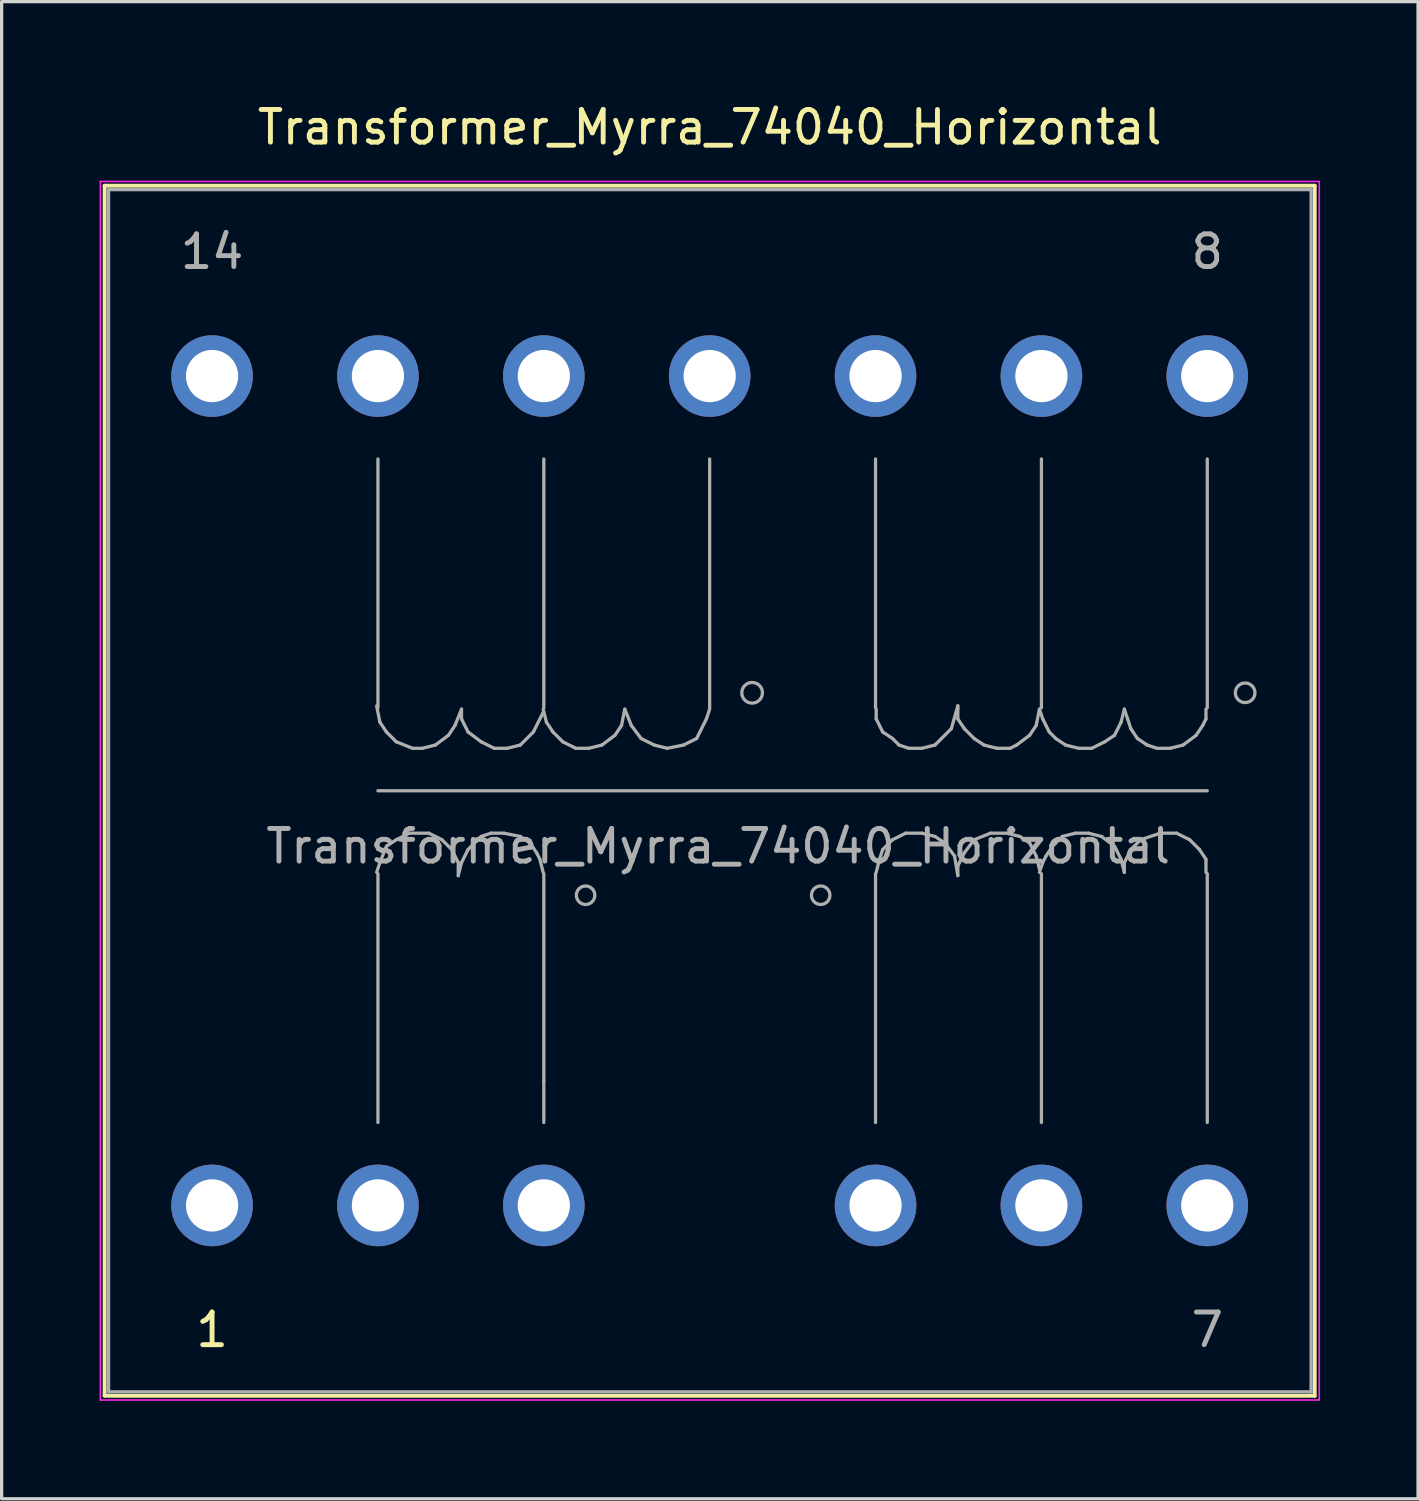
<source format=kicad_pcb>
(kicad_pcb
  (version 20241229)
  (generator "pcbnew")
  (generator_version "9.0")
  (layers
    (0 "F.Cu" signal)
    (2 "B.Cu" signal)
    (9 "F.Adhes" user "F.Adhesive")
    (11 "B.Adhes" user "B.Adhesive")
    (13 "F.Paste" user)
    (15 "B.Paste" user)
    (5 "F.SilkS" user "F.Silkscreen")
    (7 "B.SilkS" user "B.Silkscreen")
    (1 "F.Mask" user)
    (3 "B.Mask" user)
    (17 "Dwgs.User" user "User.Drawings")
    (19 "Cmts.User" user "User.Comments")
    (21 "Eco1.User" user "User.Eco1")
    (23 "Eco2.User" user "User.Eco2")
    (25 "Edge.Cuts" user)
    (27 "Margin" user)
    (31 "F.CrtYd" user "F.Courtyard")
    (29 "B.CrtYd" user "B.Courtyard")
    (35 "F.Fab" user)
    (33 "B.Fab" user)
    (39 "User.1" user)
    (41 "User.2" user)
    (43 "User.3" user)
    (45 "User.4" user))
  (footprint "Transformer_Myrra_74040_Horizontal"
    (layer "F.Cu")
    (at 3.445 33.868)
    (property "Reference" "Transformer_Myrra_74040_Horizontal" (at 15.24 -33.02 0) (layer "F.SilkS") (effects (font (size 1 1) (thickness 0.15))))
    (attr through_hole)
    (fp_line (start -3.29 -31.23) (end -3.29 5.83) (stroke (width 0.12) (type solid)) (layer "F.SilkS"))
    (fp_line (start -3.29 -31.23) (end 33.77 -31.23) (stroke (width 0.12) (type solid)) (layer "F.SilkS"))
    (fp_line (start 33.77 5.83) (end -3.29 5.83) (stroke (width 0.12) (type solid)) (layer "F.SilkS"))
    (fp_line (start 33.77 5.83) (end 33.77 -31.23) (stroke (width 0.12) (type solid)) (layer "F.SilkS"))
    (fp_line (start -3.42 -31.36) (end -3.42 5.96) (stroke (width 0.05) (type solid)) (layer "F.CrtYd"))
    (fp_line (start -3.42 -31.36) (end 33.91 -31.36) (stroke (width 0.05) (type solid)) (layer "F.CrtYd"))
    (fp_line (start 33.91 5.96) (end -3.42 5.96) (stroke (width 0.05) (type solid)) (layer "F.CrtYd"))
    (fp_line (start 33.91 5.96) (end 33.91 -31.36) (stroke (width 0.05) (type solid)) (layer "F.CrtYd"))
    (fp_line (start -3.17 -31.11) (end 33.66 -31.11) (stroke (width 0.1) (type solid)) (layer "F.Fab"))
    (fp_line (start -3.17 5.71) (end -3.17 -31.11) (stroke (width 0.1) (type solid)) (layer "F.Fab"))
    (fp_line (start 5.04 -10.2) (end 5.14 -10.5) (stroke (width 0.1) (type solid)) (layer "F.Fab"))
    (fp_line (start 5.08 -15.24) (end 5.08 -22.86) (stroke (width 0.1) (type solid)) (layer "F.Fab"))
    (fp_line (start 5.08 -12.7) (end 30.48 -12.7) (stroke (width 0.1) (type solid)) (layer "F.Fab"))
    (fp_line (start 5.08 -2.54) (end 5.08 -10.16) (stroke (width 0.1) (type solid)) (layer "F.Fab"))
    (fp_line (start 5.14 -14.8) (end 5.04 -15.3) (stroke (width 0.1) (type solid)) (layer "F.Fab"))
    (fp_line (start 5.14 -10.5) (end 5.34 -11) (stroke (width 0.1) (type solid)) (layer "F.Fab"))
    (fp_line (start 5.34 -14.5) (end 5.14 -14.8) (stroke (width 0.1) (type solid)) (layer "F.Fab"))
    (fp_line (start 5.34 -11) (end 5.64 -11.2) (stroke (width 0.1) (type solid)) (layer "F.Fab"))
    (fp_line (start 5.64 -14.2) (end 5.34 -14.5) (stroke (width 0.1) (type solid)) (layer "F.Fab"))
    (fp_line (start 5.64 -11.2) (end 6.04 -11.4) (stroke (width 0.1) (type solid)) (layer "F.Fab"))
    (fp_line (start 6.04 -11.4) (end 6.64 -11.4) (stroke (width 0.1) (type solid)) (layer "F.Fab"))
    (fp_line (start 6.14 -14) (end 5.64 -14.2) (stroke (width 0.1) (type solid)) (layer "F.Fab"))
    (fp_line (start 6.44 -14) (end 6.14 -14) (stroke (width 0.1) (type solid)) (layer "F.Fab"))
    (fp_line (start 6.64 -11.4) (end 7.04 -11.2) (stroke (width 0.1) (type solid)) (layer "F.Fab"))
    (fp_line (start 6.84 -14.1) (end 6.44 -14) (stroke (width 0.1) (type solid)) (layer "F.Fab"))
    (fp_line (start 7.04 -11.2) (end 7.34 -10.9) (stroke (width 0.1) (type solid)) (layer "F.Fab"))
    (fp_line (start 7.24 -14.4) (end 6.84 -14.1) (stroke (width 0.1) (type solid)) (layer "F.Fab"))
    (fp_line (start 7.34 -10.9) (end 7.54 -10.5) (stroke (width 0.1) (type solid)) (layer "F.Fab"))
    (fp_line (start 7.44 -14.7) (end 7.24 -14.4) (stroke (width 0.1) (type solid)) (layer "F.Fab"))
    (fp_line (start 7.54 -10.5) (end 7.54 -10.1) (stroke (width 0.1) (type solid)) (layer "F.Fab"))
    (fp_line (start 7.54 -10.1) (end 7.64 -10.5) (stroke (width 0.1) (type solid)) (layer "F.Fab"))
    (fp_line (start 7.64 -15.2) (end 7.44 -14.7) (stroke (width 0.1) (type solid)) (layer "F.Fab"))
    (fp_line (start 7.64 -14.9) (end 7.64 -15.2) (stroke (width 0.1) (type solid)) (layer "F.Fab"))
    (fp_line (start 7.64 -10.5) (end 7.84 -10.9) (stroke (width 0.1) (type solid)) (layer "F.Fab"))
    (fp_line (start 7.84 -14.5) (end 7.64 -14.9) (stroke (width 0.1) (type solid)) (layer "F.Fab"))
    (fp_line (start 7.84 -10.9) (end 8.24 -11.3) (stroke (width 0.1) (type solid)) (layer "F.Fab"))
    (fp_line (start 8.24 -14.2) (end 7.84 -14.5) (stroke (width 0.1) (type solid)) (layer "F.Fab"))
    (fp_line (start 8.24 -11.3) (end 8.54 -11.4) (stroke (width 0.1) (type solid)) (layer "F.Fab"))
    (fp_line (start 8.54 -11.4) (end 8.94 -11.4) (stroke (width 0.1) (type solid)) (layer "F.Fab"))
    (fp_line (start 8.64 -14) (end 8.24 -14.2) (stroke (width 0.1) (type solid)) (layer "F.Fab"))
    (fp_line (start 8.94 -11.4) (end 9.44 -11.3) (stroke (width 0.1) (type solid)) (layer "F.Fab"))
    (fp_line (start 9.04 -14) (end 8.64 -14) (stroke (width 0.1) (type solid)) (layer "F.Fab"))
    (fp_line (start 9.44 -14.1) (end 9.04 -14) (stroke (width 0.1) (type solid)) (layer "F.Fab"))
    (fp_line (start 9.44 -11.3) (end 9.74 -11.1) (stroke (width 0.1) (type solid)) (layer "F.Fab"))
    (fp_line (start 9.74 -11.1) (end 9.94 -10.8) (stroke (width 0.1) (type solid)) (layer "F.Fab"))
    (fp_line (start 9.84 -14.5) (end 9.44 -14.1) (stroke (width 0.1) (type solid)) (layer "F.Fab"))
    (fp_line (start 9.94 -10.8) (end 10.04 -10.6) (stroke (width 0.1) (type solid)) (layer "F.Fab"))
    (fp_line (start 10.04 -10.6) (end 10.14 -10.2) (stroke (width 0.1) (type solid)) (layer "F.Fab"))
    (fp_line (start 10.14 -15.1) (end 9.84 -14.5) (stroke (width 0.1) (type solid)) (layer "F.Fab"))
    (fp_line (start 10.16 -15.24) (end 10.16 -22.86) (stroke (width 0.1) (type solid)) (layer "F.Fab"))
    (fp_line (start 10.16 -10.16) (end 10.16 -3.81) (stroke (width 0.1) (type solid)) (layer "F.Fab"))
    (fp_line (start 10.16 -3.81) (end 10.16 -2.54) (stroke (width 0.1) (type solid)) (layer "F.Fab"))
    (fp_line (start 10.24 -14.8) (end 10.14 -15.2) (stroke (width 0.1) (type solid)) (layer "F.Fab"))
    (fp_line (start 10.44 -14.5) (end 10.24 -14.8) (stroke (width 0.1) (type solid)) (layer "F.Fab"))
    (fp_line (start 10.74 -14.2) (end 10.44 -14.5) (stroke (width 0.1) (type solid)) (layer "F.Fab"))
    (fp_line (start 11.14 -14) (end 10.74 -14.2) (stroke (width 0.1) (type solid)) (layer "F.Fab"))
    (fp_line (start 11.54 -14) (end 11.14 -14) (stroke (width 0.1) (type solid)) (layer "F.Fab"))
    (fp_line (start 11.94 -14.1) (end 11.54 -14) (stroke (width 0.1) (type solid)) (layer "F.Fab"))
    (fp_line (start 12.34 -14.4) (end 11.94 -14.1) (stroke (width 0.1) (type solid)) (layer "F.Fab"))
    (fp_line (start 12.54 -14.7) (end 12.34 -14.4) (stroke (width 0.1) (type solid)) (layer "F.Fab"))
    (fp_line (start 12.64 -15.2) (end 12.54 -14.7) (stroke (width 0.1) (type solid)) (layer "F.Fab"))
    (fp_line (start 12.84 -14.7) (end 12.64 -15.2) (stroke (width 0.1) (type solid)) (layer "F.Fab"))
    (fp_line (start 13.14 -14.3) (end 12.84 -14.7) (stroke (width 0.1) (type solid)) (layer "F.Fab"))
    (fp_line (start 13.54 -14.1) (end 13.14 -14.3) (stroke (width 0.1) (type solid)) (layer "F.Fab"))
    (fp_line (start 13.94 -14) (end 13.54 -14.1) (stroke (width 0.1) (type solid)) (layer "F.Fab"))
    (fp_line (start 14.44 -14.1) (end 13.94 -14) (stroke (width 0.1) (type solid)) (layer "F.Fab"))
    (fp_line (start 14.84 -14.3) (end 14.44 -14.1) (stroke (width 0.1) (type solid)) (layer "F.Fab"))
    (fp_line (start 15.14 -14.9) (end 14.84 -14.3) (stroke (width 0.1) (type solid)) (layer "F.Fab"))
    (fp_line (start 15.24 -15.24) (end 15.24 -22.86) (stroke (width 0.1) (type solid)) (layer "F.Fab"))
    (fp_line (start 15.24 -15.2) (end 15.14 -14.9) (stroke (width 0.1) (type solid)) (layer "F.Fab"))
    (fp_line (start 20.32 -15.24) (end 20.32 -22.86) (stroke (width 0.1) (type solid)) (layer "F.Fab"))
    (fp_line (start 20.32 -10.16) (end 20.32 -2.54) (stroke (width 0.1) (type solid)) (layer "F.Fab"))
    (fp_line (start 20.34 -14.9) (end 20.34 -15.2) (stroke (width 0.1) (type solid)) (layer "F.Fab"))
    (fp_line (start 20.44 -10.6) (end 20.34 -10.2) (stroke (width 0.1) (type solid)) (layer "F.Fab"))
    (fp_line (start 20.54 -14.5) (end 20.34 -14.9) (stroke (width 0.1) (type solid)) (layer "F.Fab"))
    (fp_line (start 20.54 -10.9) (end 20.44 -10.6) (stroke (width 0.1) (type solid)) (layer "F.Fab"))
    (fp_line (start 20.84 -14.3) (end 20.54 -14.5) (stroke (width 0.1) (type solid)) (layer "F.Fab"))
    (fp_line (start 20.84 -11.2) (end 20.54 -10.9) (stroke (width 0.1) (type solid)) (layer "F.Fab"))
    (fp_line (start 21.04 -14.1) (end 20.84 -14.3) (stroke (width 0.1) (type solid)) (layer "F.Fab"))
    (fp_line (start 21.24 -11.4) (end 20.84 -11.2) (stroke (width 0.1) (type solid)) (layer "F.Fab"))
    (fp_line (start 21.34 -14) (end 21.04 -14.1) (stroke (width 0.1) (type solid)) (layer "F.Fab"))
    (fp_line (start 21.74 -14) (end 21.34 -14) (stroke (width 0.1) (type solid)) (layer "F.Fab"))
    (fp_line (start 21.74 -11.4) (end 21.24 -11.4) (stroke (width 0.1) (type solid)) (layer "F.Fab"))
    (fp_line (start 22.14 -14.1) (end 21.74 -14) (stroke (width 0.1) (type solid)) (layer "F.Fab"))
    (fp_line (start 22.14 -11.3) (end 21.74 -11.4) (stroke (width 0.1) (type solid)) (layer "F.Fab"))
    (fp_line (start 22.34 -14.3) (end 22.14 -14.1) (stroke (width 0.1) (type solid)) (layer "F.Fab"))
    (fp_line (start 22.44 -11.1) (end 22.14 -11.3) (stroke (width 0.1) (type solid)) (layer "F.Fab"))
    (fp_line (start 22.64 -14.6) (end 22.34 -14.3) (stroke (width 0.1) (type solid)) (layer "F.Fab"))
    (fp_line (start 22.74 -10.7) (end 22.44 -11.1) (stroke (width 0.1) (type solid)) (layer "F.Fab"))
    (fp_line (start 22.84 -15.3) (end 22.64 -14.6) (stroke (width 0.1) (type solid)) (layer "F.Fab"))
    (fp_line (start 22.84 -15.2) (end 22.84 -15.3) (stroke (width 0.1) (type solid)) (layer "F.Fab"))
    (fp_line (start 22.84 -14.9) (end 22.84 -15.2) (stroke (width 0.1) (type solid)) (layer "F.Fab"))
    (fp_line (start 22.84 -10.4) (end 22.84 -10.1) (stroke (width 0.1) (type solid)) (layer "F.Fab"))
    (fp_line (start 22.84 -10.1) (end 22.74 -10.7) (stroke (width 0.1) (type solid)) (layer "F.Fab"))
    (fp_line (start 23.04 -14.6) (end 22.84 -14.9) (stroke (width 0.1) (type solid)) (layer "F.Fab"))
    (fp_line (start 23.04 -10.8) (end 22.84 -10.4) (stroke (width 0.1) (type solid)) (layer "F.Fab"))
    (fp_line (start 23.34 -14.3) (end 23.04 -14.6) (stroke (width 0.1) (type solid)) (layer "F.Fab"))
    (fp_line (start 23.34 -11.2) (end 23.04 -10.8) (stroke (width 0.1) (type solid)) (layer "F.Fab"))
    (fp_line (start 23.64 -14.1) (end 23.34 -14.3) (stroke (width 0.1) (type solid)) (layer "F.Fab"))
    (fp_line (start 23.84 -11.4) (end 23.34 -11.2) (stroke (width 0.1) (type solid)) (layer "F.Fab"))
    (fp_line (start 24.04 -14) (end 23.64 -14.1) (stroke (width 0.1) (type solid)) (layer "F.Fab"))
    (fp_line (start 24.34 -11.4) (end 23.84 -11.4) (stroke (width 0.1) (type solid)) (layer "F.Fab"))
    (fp_line (start 24.44 -14) (end 24.04 -14) (stroke (width 0.1) (type solid)) (layer "F.Fab"))
    (fp_line (start 24.64 -14.1) (end 24.44 -14) (stroke (width 0.1) (type solid)) (layer "F.Fab"))
    (fp_line (start 24.74 -11.3) (end 24.34 -11.4) (stroke (width 0.1) (type solid)) (layer "F.Fab"))
    (fp_line (start 25.04 -14.4) (end 24.64 -14.1) (stroke (width 0.1) (type solid)) (layer "F.Fab"))
    (fp_line (start 25.04 -11.1) (end 24.74 -11.3) (stroke (width 0.1) (type solid)) (layer "F.Fab"))
    (fp_line (start 25.24 -14.7) (end 25.04 -14.4) (stroke (width 0.1) (type solid)) (layer "F.Fab"))
    (fp_line (start 25.24 -10.7) (end 25.04 -11.1) (stroke (width 0.1) (type solid)) (layer "F.Fab"))
    (fp_line (start 25.34 -15.2) (end 25.24 -14.7) (stroke (width 0.1) (type solid)) (layer "F.Fab"))
    (fp_line (start 25.34 -10.3) (end 25.24 -10.7) (stroke (width 0.1) (type solid)) (layer "F.Fab"))
    (fp_line (start 25.4 -15.24) (end 25.4 -22.86) (stroke (width 0.1) (type solid)) (layer "F.Fab"))
    (fp_line (start 25.4 -10.16) (end 25.4 -2.54) (stroke (width 0.1) (type solid)) (layer "F.Fab"))
    (fp_line (start 25.44 -14.9) (end 25.34 -15.2) (stroke (width 0.1) (type solid)) (layer "F.Fab"))
    (fp_line (start 25.44 -10.5) (end 25.34 -10.2) (stroke (width 0.1) (type solid)) (layer "F.Fab"))
    (fp_line (start 25.54 -14.7) (end 25.44 -14.9) (stroke (width 0.1) (type solid)) (layer "F.Fab"))
    (fp_line (start 25.54 -10.7) (end 25.44 -10.5) (stroke (width 0.1) (type solid)) (layer "F.Fab"))
    (fp_line (start 25.64 -14.5) (end 25.54 -14.7) (stroke (width 0.1) (type solid)) (layer "F.Fab"))
    (fp_line (start 25.74 -11) (end 25.54 -10.7) (stroke (width 0.1) (type solid)) (layer "F.Fab"))
    (fp_line (start 25.84 -14.3) (end 25.64 -14.5) (stroke (width 0.1) (type solid)) (layer "F.Fab"))
    (fp_line (start 26.04 -11.3) (end 25.74 -11) (stroke (width 0.1) (type solid)) (layer "F.Fab"))
    (fp_line (start 26.14 -14.1) (end 25.84 -14.3) (stroke (width 0.1) (type solid)) (layer "F.Fab"))
    (fp_line (start 26.44 -11.4) (end 26.04 -11.3) (stroke (width 0.1) (type solid)) (layer "F.Fab"))
    (fp_line (start 26.54 -14) (end 26.14 -14.1) (stroke (width 0.1) (type solid)) (layer "F.Fab"))
    (fp_line (start 26.84 -11.4) (end 26.44 -11.4) (stroke (width 0.1) (type solid)) (layer "F.Fab"))
    (fp_line (start 26.94 -14) (end 26.54 -14) (stroke (width 0.1) (type solid)) (layer "F.Fab"))
    (fp_line (start 27.24 -11.3) (end 26.84 -11.4) (stroke (width 0.1) (type solid)) (layer "F.Fab"))
    (fp_line (start 27.34 -14.2) (end 26.94 -14) (stroke (width 0.1) (type solid)) (layer "F.Fab"))
    (fp_line (start 27.64 -14.4) (end 27.34 -14.2) (stroke (width 0.1) (type solid)) (layer "F.Fab"))
    (fp_line (start 27.64 -11) (end 27.24 -11.3) (stroke (width 0.1) (type solid)) (layer "F.Fab"))
    (fp_line (start 27.84 -14.8) (end 27.64 -14.4) (stroke (width 0.1) (type solid)) (layer "F.Fab"))
    (fp_line (start 27.84 -10.6) (end 27.64 -11) (stroke (width 0.1) (type solid)) (layer "F.Fab"))
    (fp_line (start 27.94 -15.2) (end 27.84 -14.8) (stroke (width 0.1) (type solid)) (layer "F.Fab"))
    (fp_line (start 27.94 -10.5) (end 27.94 -10.2) (stroke (width 0.1) (type solid)) (layer "F.Fab"))
    (fp_line (start 27.94 -10.2) (end 27.84 -10.6) (stroke (width 0.1) (type solid)) (layer "F.Fab"))
    (fp_line (start 28.04 -14.9) (end 27.94 -15.2) (stroke (width 0.1) (type solid)) (layer "F.Fab"))
    (fp_line (start 28.14 -14.6) (end 28.04 -14.9) (stroke (width 0.1) (type solid)) (layer "F.Fab"))
    (fp_line (start 28.14 -10.9) (end 27.94 -10.5) (stroke (width 0.1) (type solid)) (layer "F.Fab"))
    (fp_line (start 28.34 -14.3) (end 28.14 -14.6) (stroke (width 0.1) (type solid)) (layer "F.Fab"))
    (fp_line (start 28.44 -11.2) (end 28.14 -10.9) (stroke (width 0.1) (type solid)) (layer "F.Fab"))
    (fp_line (start 28.64 -14.1) (end 28.34 -14.3) (stroke (width 0.1) (type solid)) (layer "F.Fab"))
    (fp_line (start 28.94 -14) (end 28.64 -14.1) (stroke (width 0.1) (type solid)) (layer "F.Fab"))
    (fp_line (start 29.04 -11.4) (end 28.44 -11.2) (stroke (width 0.1) (type solid)) (layer "F.Fab"))
    (fp_line (start 29.34 -14) (end 28.94 -14) (stroke (width 0.1) (type solid)) (layer "F.Fab"))
    (fp_line (start 29.54 -11.4) (end 29.04 -11.4) (stroke (width 0.1) (type solid)) (layer "F.Fab"))
    (fp_line (start 29.74 -14.1) (end 29.34 -14) (stroke (width 0.1) (type solid)) (layer "F.Fab"))
    (fp_line (start 29.94 -11.2) (end 29.54 -11.4) (stroke (width 0.1) (type solid)) (layer "F.Fab"))
    (fp_line (start 30.14 -14.4) (end 29.74 -14.1) (stroke (width 0.1) (type solid)) (layer "F.Fab"))
    (fp_line (start 30.24 -10.9) (end 29.94 -11.2) (stroke (width 0.1) (type solid)) (layer "F.Fab"))
    (fp_line (start 30.34 -14.7) (end 30.14 -14.4) (stroke (width 0.1) (type solid)) (layer "F.Fab"))
    (fp_line (start 30.44 -15.2) (end 30.44 -14.9) (stroke (width 0.1) (type solid)) (layer "F.Fab"))
    (fp_line (start 30.44 -14.9) (end 30.34 -14.7) (stroke (width 0.1) (type solid)) (layer "F.Fab"))
    (fp_line (start 30.44 -10.6) (end 30.24 -10.9) (stroke (width 0.1) (type solid)) (layer "F.Fab"))
    (fp_line (start 30.44 -10.2) (end 30.44 -10.6) (stroke (width 0.1) (type solid)) (layer "F.Fab"))
    (fp_line (start 30.48 -15.24) (end 30.48 -22.86) (stroke (width 0.1) (type solid)) (layer "F.Fab"))
    (fp_line (start 30.48 -10.16) (end 30.48 -2.54) (stroke (width 0.1) (type solid)) (layer "F.Fab"))
    (fp_line (start 33.66 -31.11) (end 33.66 5.71) (stroke (width 0.1) (type solid)) (layer "F.Fab"))
    (fp_line (start 33.66 5.71) (end -3.17 5.71) (stroke (width 0.1) (type solid)) (layer "F.Fab"))
    (fp_circle (center 11.44 -9.5) (end 11.64 -9.3) (stroke (width 0.1) (type solid)) (fill no) (layer "F.Fab"))
    (fp_circle (center 16.54 -15.7) (end 16.64 -15.4) (stroke (width 0.1) (type solid)) (fill no) (layer "F.Fab"))
    (fp_circle (center 18.64 -9.5) (end 18.84 -9.3) (stroke (width 0.1) (type solid)) (fill no) (layer "F.Fab"))
    (fp_circle (center 31.64 -15.7) (end 31.64 -15.4) (stroke (width 0.1) (type solid)) (fill no) (layer "F.Fab"))
    (fp_text user "1" (at 0 3.81 0) (layer "F.SilkS") (effects (font (size 1 1) (thickness 0.15))))
    (fp_text user "8" (at 30.48 -29.21 0) (layer "F.Fab") (effects (font (size 1 1) (thickness 0.15))))
    (fp_text user "14" (at 0 -29.21 0) (layer "F.Fab") (effects (font (size 1 1) (thickness 0.15))))
    (fp_text user "7" (at 30.48 3.81 0) (layer "F.Fab") (effects (font (size 1 1) (thickness 0.15))))
    (fp_text user "${REFERENCE}" (at 15.5 -11 0) (layer "F.Fab") (effects (font (size 1 1) (thickness 0.15))))
    (pad "1" thru_hole circle (at 0 0) (size 2.5 2.5) (drill 1.6) (layers "*.Cu" "*.Mask"))
    (pad "2" thru_hole circle (at 5.08 0) (size 2.5 2.5) (drill 1.6) (layers "*.Cu" "*.Mask"))
    (pad "3" thru_hole circle (at 10.16 0) (size 2.5 2.5) (drill 1.6) (layers "*.Cu" "*.Mask"))
    (pad "5" thru_hole circle (at 20.32 0) (size 2.5 2.5) (drill 1.6) (layers "*.Cu" "*.Mask"))
    (pad "6" thru_hole circle (at 25.4 0) (size 2.5 2.5) (drill 1.6) (layers "*.Cu" "*.Mask"))
    (pad "7" thru_hole circle (at 30.48 0) (size 2.5 2.5) (drill 1.6) (layers "*.Cu" "*.Mask"))
    (pad "8" thru_hole circle (at 30.48 -25.4) (size 2.5 2.5) (drill 1.6) (layers "*.Cu" "*.Mask"))
    (pad "9" thru_hole circle (at 25.4 -25.4) (size 2.5 2.5) (drill 1.6) (layers "*.Cu" "*.Mask"))
    (pad "10" thru_hole circle (at 20.32 -25.4) (size 2.5 2.5) (drill 1.6) (layers "*.Cu" "*.Mask"))
    (pad "11" thru_hole circle (at 15.24 -25.4) (size 2.5 2.5) (drill 1.6) (layers "*.Cu" "*.Mask"))
    (pad "12" thru_hole circle (at 10.16 -25.4) (size 2.5 2.5) (drill 1.6) (layers "*.Cu" "*.Mask"))
    (pad "13" thru_hole circle (at 5.08 -25.4) (size 2.5 2.5) (drill 1.6) (layers "*.Cu" "*.Mask"))
    (pad "14" thru_hole circle (at 0 -25.4) (size 2.5 2.5) (drill 1.6) (layers "*.Cu" "*.Mask")))
  (gr_rect
    (start -3 -3)
    (end 40.38 42.853)
    (stroke (width 0.1) (type default))
    (fill no)
    (layer "Edge.Cuts")))
</source>
